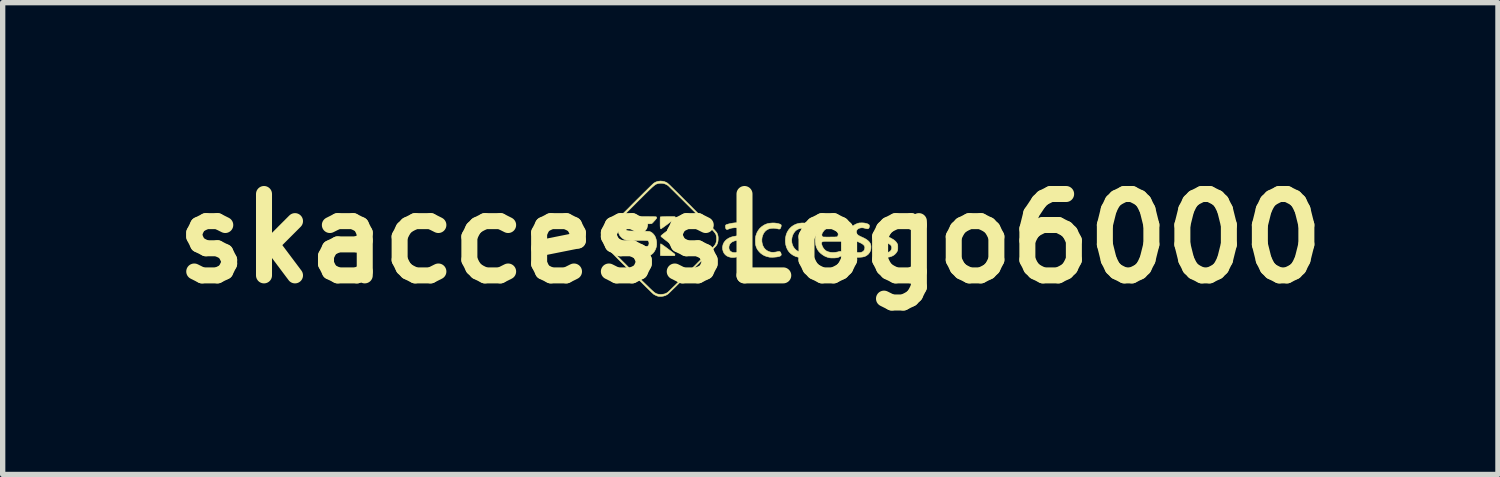
<source format=kicad_pcb>
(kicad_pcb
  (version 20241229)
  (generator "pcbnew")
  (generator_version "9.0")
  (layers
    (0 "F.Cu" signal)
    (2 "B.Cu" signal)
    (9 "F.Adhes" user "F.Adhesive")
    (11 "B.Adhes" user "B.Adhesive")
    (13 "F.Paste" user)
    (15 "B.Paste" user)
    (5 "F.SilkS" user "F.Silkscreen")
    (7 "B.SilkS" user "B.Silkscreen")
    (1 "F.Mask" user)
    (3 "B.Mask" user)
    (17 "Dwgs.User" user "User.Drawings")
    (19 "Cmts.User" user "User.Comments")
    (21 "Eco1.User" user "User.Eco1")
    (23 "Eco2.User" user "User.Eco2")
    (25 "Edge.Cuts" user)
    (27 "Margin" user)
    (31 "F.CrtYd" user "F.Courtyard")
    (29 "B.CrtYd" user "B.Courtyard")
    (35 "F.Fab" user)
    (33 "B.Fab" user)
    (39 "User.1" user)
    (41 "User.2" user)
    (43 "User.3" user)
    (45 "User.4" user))
  (footprint "skaccessLogo6000"
    (layer "F.Cu")
    (at 11.002 1.418)
    (property "Reference" "skaccessLogo6000" (at 0 0 0) (layer "F.SilkS") (effects (font (size 1.524 1.524) (thickness 0.3))))
    (attr through_hole)
    (fp_poly (pts (xy -1.672 0.101) (xy -1.661 0.107) (xy -1.646 0.118) (xy -1.627 0.131) (xy -1.604 0.147) (xy -1.58 0.165) (xy -1.554 0.184) (xy -1.528 0.204) (xy -1.502 0.223) (xy -1.478 0.241) (xy -1.457 0.258) (xy -1.438 0.272) (xy -1.424 0.284) (xy -1.415 0.291) (xy -1.413 0.294) (xy -1.411 0.305) (xy -1.413 0.312) (xy -1.418 0.322) (xy -1.549 0.322) (xy -1.588 0.322) (xy -1.619 0.321) (xy -1.643 0.321) (xy -1.661 0.32) (xy -1.673 0.319) (xy -1.68 0.318) (xy -1.683 0.317) (xy -1.683 0.316) (xy -1.683 0.311) (xy -1.684 0.298) (xy -1.684 0.279) (xy -1.684 0.255) (xy -1.684 0.228) (xy -1.684 0.205) (xy -1.683 0.172) (xy -1.683 0.147) (xy -1.682 0.128) (xy -1.681 0.114) (xy -1.68 0.106) (xy -1.679 0.101) (xy -1.677 0.099) (xy -1.676 0.098) (xy -1.672 0.101)) (stroke (width 0.01) (type solid)) (fill yes) (layer "F.SilkS"))
    (fp_poly (pts (xy -1.456 -0.412) (xy -1.439 -0.412) (xy -1.426 -0.411) (xy -1.418 -0.41) (xy -1.412 -0.409) (xy -1.409 -0.407) (xy -1.407 -0.406) (xy -1.402 -0.396) (xy -1.405 -0.384) (xy -1.417 -0.371) (xy -1.425 -0.364) (xy -1.46 -0.338) (xy -1.494 -0.312) (xy -1.527 -0.288) (xy -1.558 -0.264) (xy -1.587 -0.243) (xy -1.613 -0.224) (xy -1.635 -0.208) (xy -1.653 -0.196) (xy -1.665 -0.187) (xy -1.672 -0.182) (xy -1.672 -0.182) (xy -1.677 -0.185) (xy -1.683 -0.191) (xy -1.685 -0.196) (xy -1.686 -0.202) (xy -1.687 -0.212) (xy -1.688 -0.227) (xy -1.689 -0.247) (xy -1.689 -0.273) (xy -1.689 -0.301) (xy -1.689 -0.335) (xy -1.689 -0.361) (xy -1.688 -0.38) (xy -1.687 -0.394) (xy -1.686 -0.402) (xy -1.684 -0.406) (xy -1.684 -0.406) (xy -1.678 -0.407) (xy -1.663 -0.408) (xy -1.641 -0.409) (xy -1.612 -0.41) (xy -1.574 -0.411) (xy -1.546 -0.411) (xy -1.509 -0.412) (xy -1.479 -0.412) (xy -1.456 -0.412)) (stroke (width 0.01) (type solid)) (fill yes) (layer "F.SilkS"))
    (fp_poly (pts (xy 0.999 -0.291) (xy 1.021 -0.29) (xy 1.045 -0.287) (xy 1.069 -0.284) (xy 1.091 -0.28) (xy 1.11 -0.276) (xy 1.122 -0.273) (xy 1.125 -0.271) (xy 1.134 -0.262) (xy 1.139 -0.248) (xy 1.139 -0.232) (xy 1.135 -0.214) (xy 1.128 -0.199) (xy 1.118 -0.187) (xy 1.112 -0.183) (xy 1.104 -0.18) (xy 1.096 -0.18) (xy 1.083 -0.182) (xy 1.074 -0.184) (xy 1.058 -0.188) (xy 1.037 -0.191) (xy 1.014 -0.193) (xy 1.003 -0.194) (xy 0.96 -0.193) (xy 0.923 -0.187) (xy 0.89 -0.175) (xy 0.861 -0.157) (xy 0.842 -0.14) (xy 0.817 -0.108) (xy 0.797 -0.071) (xy 0.783 -0.031) (xy 0.776 0.012) (xy 0.775 0.034) (xy 0.778 0.078) (xy 0.789 0.118) (xy 0.806 0.155) (xy 0.829 0.187) (xy 0.857 0.215) (xy 0.889 0.236) (xy 0.925 0.251) (xy 0.94 0.254) (xy 0.964 0.257) (xy 0.994 0.257) (xy 1.025 0.255) (xy 1.054 0.25) (xy 1.07 0.246) (xy 1.088 0.241) (xy 1.1 0.239) (xy 1.108 0.239) (xy 1.111 0.241) (xy 1.125 0.251) (xy 1.134 0.269) (xy 1.137 0.289) (xy 1.138 0.304) (xy 1.136 0.315) (xy 1.13 0.323) (xy 1.118 0.33) (xy 1.1 0.336) (xy 1.079 0.342) (xy 1.046 0.348) (xy 1.01 0.352) (xy 0.974 0.354) (xy 0.939 0.354) (xy 0.909 0.351) (xy 0.896 0.349) (xy 0.846 0.334) (xy 0.801 0.312) (xy 0.761 0.284) (xy 0.727 0.251) (xy 0.7 0.212) (xy 0.679 0.168) (xy 0.665 0.12) (xy 0.657 0.067) (xy 0.656 0.038) (xy 0.66 -0.017) (xy 0.671 -0.068) (xy 0.689 -0.115) (xy 0.713 -0.157) (xy 0.744 -0.195) (xy 0.779 -0.227) (xy 0.82 -0.253) (xy 0.865 -0.273) (xy 0.915 -0.286) (xy 0.968 -0.292) (xy 0.981 -0.292) (xy 0.999 -0.291)) (stroke (width 0.01) (type solid)) (fill yes) (layer "F.SilkS"))
    (fp_poly (pts (xy 0.454 -0.291) (xy 0.474 -0.289) (xy 0.495 -0.286) (xy 0.504 -0.284) (xy 0.531 -0.278) (xy 0.551 -0.272) (xy 0.565 -0.266) (xy 0.574 -0.26) (xy 0.578 -0.252) (xy 0.579 -0.246) (xy 0.578 -0.232) (xy 0.574 -0.215) (xy 0.567 -0.198) (xy 0.56 -0.185) (xy 0.56 -0.185) (xy 0.552 -0.18) (xy 0.54 -0.178) (xy 0.524 -0.18) (xy 0.508 -0.184) (xy 0.468 -0.192) (xy 0.427 -0.194) (xy 0.387 -0.191) (xy 0.35 -0.182) (xy 0.328 -0.173) (xy 0.297 -0.154) (xy 0.271 -0.129) (xy 0.249 -0.098) (xy 0.233 -0.062) (xy 0.221 -0.024) (xy 0.216 0.017) (xy 0.217 0.059) (xy 0.224 0.098) (xy 0.237 0.138) (xy 0.256 0.172) (xy 0.279 0.2) (xy 0.309 0.224) (xy 0.311 0.225) (xy 0.347 0.244) (xy 0.387 0.255) (xy 0.429 0.258) (xy 0.474 0.253) (xy 0.49 0.25) (xy 0.508 0.246) (xy 0.525 0.243) (xy 0.537 0.241) (xy 0.539 0.241) (xy 0.554 0.245) (xy 0.566 0.256) (xy 0.574 0.276) (xy 0.576 0.283) (xy 0.579 0.296) (xy 0.579 0.305) (xy 0.576 0.312) (xy 0.573 0.317) (xy 0.562 0.326) (xy 0.543 0.334) (xy 0.518 0.34) (xy 0.486 0.345) (xy 0.451 0.348) (xy 0.432 0.349) (xy 0.409 0.35) (xy 0.386 0.349) (xy 0.368 0.349) (xy 0.355 0.347) (xy 0.354 0.347) (xy 0.305 0.335) (xy 0.262 0.319) (xy 0.223 0.296) (xy 0.187 0.268) (xy 0.178 0.258) (xy 0.149 0.226) (xy 0.127 0.193) (xy 0.111 0.157) (xy 0.103 0.131) (xy 0.098 0.108) (xy 0.096 0.078) (xy 0.095 0.046) (xy 0.095 0.013) (xy 0.098 -0.019) (xy 0.102 -0.046) (xy 0.105 -0.056) (xy 0.123 -0.107) (xy 0.148 -0.152) (xy 0.179 -0.192) (xy 0.216 -0.225) (xy 0.258 -0.253) (xy 0.269 -0.258) (xy 0.297 -0.271) (xy 0.322 -0.279) (xy 0.349 -0.285) (xy 0.379 -0.289) (xy 0.406 -0.291) (xy 0.433 -0.291) (xy 0.454 -0.291)) (stroke (width 0.01) (type solid)) (fill yes) (layer "F.SilkS"))
    (fp_poly (pts (xy -1.058 -0.411) (xy -1.031 -0.41) (xy -1.01 -0.41) (xy -0.995 -0.41) (xy -0.984 -0.409) (xy -0.977 -0.408) (xy -0.972 -0.406) (xy -0.969 -0.404) (xy -0.967 -0.402) (xy -0.962 -0.395) (xy -0.963 -0.389) (xy -0.966 -0.384) (xy -0.971 -0.38) (xy -0.981 -0.371) (xy -0.997 -0.359) (xy -1.017 -0.343) (xy -1.041 -0.324) (xy -1.069 -0.302) (xy -1.099 -0.278) (xy -1.131 -0.253) (xy -1.165 -0.228) (xy -1.199 -0.201) (xy -1.233 -0.175) (xy -1.266 -0.15) (xy -1.298 -0.126) (xy -1.327 -0.104) (xy -1.354 -0.084) (xy -1.377 -0.066) (xy -1.381 -0.064) (xy -1.392 -0.055) (xy -1.399 -0.049) (xy -1.401 -0.046) (xy -1.398 -0.043) (xy -1.388 -0.035) (xy -1.373 -0.023) (xy -1.353 -0.008) (xy -1.328 0.012) (xy -1.299 0.034) (xy -1.267 0.059) (xy -1.232 0.085) (xy -1.195 0.114) (xy -1.155 0.144) (xy -1.115 0.175) (xy -1.074 0.206) (xy -1.032 0.237) (xy -1.027 0.241) (xy -1.008 0.256) (xy -0.991 0.27) (xy -0.977 0.281) (xy -0.968 0.29) (xy -0.965 0.293) (xy -0.963 0.302) (xy -0.967 0.311) (xy -0.974 0.322) (xy -1.087 0.322) (xy -1.124 0.322) (xy -1.153 0.321) (xy -1.175 0.321) (xy -1.192 0.32) (xy -1.203 0.318) (xy -1.209 0.317) (xy -1.211 0.316) (xy -1.217 0.312) (xy -1.228 0.304) (xy -1.245 0.291) (xy -1.267 0.275) (xy -1.292 0.256) (xy -1.321 0.234) (xy -1.352 0.21) (xy -1.385 0.185) (xy -1.419 0.159) (xy -1.453 0.133) (xy -1.487 0.107) (xy -1.52 0.081) (xy -1.552 0.056) (xy -1.581 0.034) (xy -1.607 0.013) (xy -1.63 -0.005) (xy -1.649 -0.02) (xy -1.662 -0.03) (xy -1.67 -0.037) (xy -1.671 -0.038) (xy -1.673 -0.042) (xy -1.674 -0.045) (xy -1.673 -0.05) (xy -1.669 -0.055) (xy -1.662 -0.062) (xy -1.652 -0.071) (xy -1.636 -0.084) (xy -1.616 -0.1) (xy -1.589 -0.12) (xy -1.575 -0.131) (xy -1.551 -0.149) (xy -1.522 -0.171) (xy -1.489 -0.197) (xy -1.454 -0.224) (xy -1.417 -0.252) (xy -1.381 -0.279) (xy -1.349 -0.304) (xy -1.21 -0.411) (xy -1.092 -0.411) (xy -1.058 -0.411)) (stroke (width 0.01) (type solid)) (fill yes) (layer "F.SilkS"))
    (fp_poly (pts (xy 2.113 -0.293) (xy 2.133 -0.291) (xy 2.152 -0.288) (xy 2.172 -0.283) (xy 2.173 -0.282) (xy 2.197 -0.275) (xy 2.213 -0.267) (xy 2.224 -0.258) (xy 2.229 -0.248) (xy 2.231 -0.234) (xy 2.231 -0.233) (xy 2.228 -0.213) (xy 2.221 -0.197) (xy 2.209 -0.186) (xy 2.198 -0.183) (xy 2.188 -0.184) (xy 2.173 -0.186) (xy 2.155 -0.191) (xy 2.149 -0.193) (xy 2.112 -0.201) (xy 2.079 -0.202) (xy 2.048 -0.196) (xy 2.03 -0.189) (xy 2.013 -0.178) (xy 2.001 -0.167) (xy 1.993 -0.15) (xy 1.989 -0.138) (xy 1.987 -0.123) (xy 1.988 -0.111) (xy 1.992 -0.099) (xy 1.999 -0.085) (xy 2.01 -0.072) (xy 2.026 -0.059) (xy 2.048 -0.047) (xy 2.076 -0.033) (xy 2.084 -0.03) (xy 2.129 -0.009) (xy 2.167 0.012) (xy 2.198 0.034) (xy 2.222 0.056) (xy 2.24 0.08) (xy 2.247 0.093) (xy 2.253 0.108) (xy 2.257 0.122) (xy 2.259 0.141) (xy 2.26 0.153) (xy 2.258 0.194) (xy 2.249 0.231) (xy 2.232 0.264) (xy 2.209 0.293) (xy 2.185 0.312) (xy 2.164 0.325) (xy 2.144 0.335) (xy 2.122 0.341) (xy 2.097 0.346) (xy 2.067 0.349) (xy 2.036 0.35) (xy 2.012 0.35) (xy 1.989 0.35) (xy 1.969 0.349) (xy 1.956 0.348) (xy 1.952 0.347) (xy 1.928 0.341) (xy 1.905 0.334) (xy 1.887 0.326) (xy 1.874 0.318) (xy 1.871 0.315) (xy 1.863 0.301) (xy 1.862 0.284) (xy 1.866 0.265) (xy 1.876 0.247) (xy 1.879 0.244) (xy 1.889 0.239) (xy 1.906 0.237) (xy 1.927 0.241) (xy 1.947 0.248) (xy 1.975 0.257) (xy 2.008 0.261) (xy 2.04 0.262) (xy 2.07 0.259) (xy 2.081 0.256) (xy 2.107 0.245) (xy 2.126 0.228) (xy 2.138 0.206) (xy 2.142 0.193) (xy 2.145 0.171) (xy 2.143 0.151) (xy 2.134 0.133) (xy 2.119 0.116) (xy 2.097 0.099) (xy 2.068 0.083) (xy 2.04 0.07) (xy 1.999 0.051) (xy 1.965 0.032) (xy 1.938 0.014) (xy 1.916 -0.005) (xy 1.899 -0.025) (xy 1.886 -0.047) (xy 1.884 -0.051) (xy 1.879 -0.064) (xy 1.875 -0.076) (xy 1.874 -0.09) (xy 1.874 -0.11) (xy 1.874 -0.112) (xy 1.878 -0.152) (xy 1.889 -0.187) (xy 1.907 -0.217) (xy 1.932 -0.243) (xy 1.965 -0.265) (xy 2.005 -0.282) (xy 2.005 -0.282) (xy 2.021 -0.287) (xy 2.036 -0.291) (xy 2.05 -0.293) (xy 2.069 -0.293) (xy 2.087 -0.294) (xy 2.113 -0.293)) (stroke (width 0.01) (type solid)) (fill yes) (layer "F.SilkS"))
    (fp_poly (pts (xy 2.601 -0.295) (xy 2.625 -0.292) (xy 2.651 -0.287) (xy 2.676 -0.282) (xy 2.697 -0.275) (xy 2.713 -0.269) (xy 2.713 -0.269) (xy 2.726 -0.258) (xy 2.732 -0.242) (xy 2.732 -0.223) (xy 2.73 -0.215) (xy 2.724 -0.199) (xy 2.717 -0.188) (xy 2.705 -0.183) (xy 2.69 -0.183) (xy 2.668 -0.188) (xy 2.656 -0.191) (xy 2.622 -0.199) (xy 2.589 -0.201) (xy 2.558 -0.198) (xy 2.535 -0.19) (xy 2.514 -0.178) (xy 2.501 -0.164) (xy 2.494 -0.146) (xy 2.491 -0.123) (xy 2.491 -0.123) (xy 2.492 -0.108) (xy 2.494 -0.096) (xy 2.498 -0.086) (xy 2.505 -0.077) (xy 2.517 -0.068) (xy 2.533 -0.058) (xy 2.556 -0.046) (xy 2.585 -0.032) (xy 2.586 -0.031) (xy 2.625 -0.012) (xy 2.657 0.006) (xy 2.684 0.022) (xy 2.705 0.038) (xy 2.722 0.054) (xy 2.736 0.071) (xy 2.748 0.09) (xy 2.752 0.097) (xy 2.757 0.107) (xy 2.76 0.116) (xy 2.761 0.128) (xy 2.762 0.143) (xy 2.762 0.165) (xy 2.762 0.165) (xy 2.762 0.187) (xy 2.761 0.202) (xy 2.76 0.214) (xy 2.757 0.224) (xy 2.752 0.235) (xy 2.749 0.242) (xy 2.728 0.273) (xy 2.702 0.3) (xy 2.669 0.322) (xy 2.631 0.338) (xy 2.605 0.345) (xy 2.587 0.348) (xy 2.563 0.35) (xy 2.536 0.351) (xy 2.509 0.351) (xy 2.483 0.35) (xy 2.462 0.348) (xy 2.452 0.347) (xy 2.439 0.344) (xy 2.422 0.338) (xy 2.404 0.332) (xy 2.387 0.326) (xy 2.374 0.321) (xy 2.368 0.317) (xy 2.363 0.308) (xy 2.362 0.294) (xy 2.365 0.278) (xy 2.371 0.262) (xy 2.379 0.248) (xy 2.385 0.242) (xy 2.395 0.238) (xy 2.412 0.238) (xy 2.433 0.242) (xy 2.458 0.25) (xy 2.464 0.252) (xy 2.48 0.257) (xy 2.493 0.261) (xy 2.506 0.262) (xy 2.523 0.262) (xy 2.538 0.262) (xy 2.569 0.259) (xy 2.592 0.254) (xy 2.611 0.245) (xy 2.625 0.232) (xy 2.633 0.221) (xy 2.645 0.196) (xy 2.649 0.172) (xy 2.645 0.148) (xy 2.633 0.127) (xy 2.621 0.114) (xy 2.612 0.108) (xy 2.597 0.099) (xy 2.578 0.088) (xy 2.556 0.077) (xy 2.538 0.068) (xy 2.495 0.046) (xy 2.459 0.025) (xy 2.431 0.005) (xy 2.409 -0.015) (xy 2.393 -0.037) (xy 2.383 -0.059) (xy 2.377 -0.084) (xy 2.375 -0.112) (xy 2.376 -0.122) (xy 2.38 -0.156) (xy 2.389 -0.184) (xy 2.405 -0.21) (xy 2.424 -0.232) (xy 2.456 -0.258) (xy 2.492 -0.277) (xy 2.531 -0.289) (xy 2.573 -0.295) (xy 2.601 -0.295)) (stroke (width 0.01) (type solid)) (fill yes) (layer "F.SilkS"))
    (fp_poly (pts (xy 1.553 -0.291) (xy 1.588 -0.284) (xy 1.621 -0.271) (xy 1.651 -0.251) (xy 1.681 -0.224) (xy 1.711 -0.189) (xy 1.734 -0.15) (xy 1.75 -0.107) (xy 1.759 -0.058) (xy 1.762 -0.016) (xy 1.763 0.005) (xy 1.762 0.018) (xy 1.761 0.027) (xy 1.759 0.033) (xy 1.755 0.037) (xy 1.751 0.041) (xy 1.739 0.051) (xy 1.609 0.052) (xy 1.574 0.052) (xy 1.538 0.052) (xy 1.504 0.052) (xy 1.474 0.052) (xy 1.448 0.052) (xy 1.428 0.052) (xy 1.426 0.051) (xy 1.394 0.052) (xy 1.37 0.054) (xy 1.352 0.059) (xy 1.341 0.067) (xy 1.335 0.078) (xy 1.334 0.093) (xy 1.337 0.108) (xy 1.347 0.14) (xy 1.363 0.171) (xy 1.384 0.199) (xy 1.408 0.222) (xy 1.426 0.234) (xy 1.459 0.248) (xy 1.498 0.257) (xy 1.541 0.261) (xy 1.585 0.259) (xy 1.63 0.252) (xy 1.658 0.245) (xy 1.678 0.24) (xy 1.692 0.24) (xy 1.703 0.245) (xy 1.711 0.257) (xy 1.715 0.264) (xy 1.721 0.283) (xy 1.722 0.3) (xy 1.716 0.313) (xy 1.715 0.314) (xy 1.705 0.323) (xy 1.689 0.332) (xy 1.669 0.342) (xy 1.648 0.351) (xy 1.627 0.357) (xy 1.625 0.358) (xy 1.607 0.36) (xy 1.584 0.362) (xy 1.558 0.363) (xy 1.531 0.363) (xy 1.507 0.362) (xy 1.488 0.36) (xy 1.484 0.36) (xy 1.437 0.347) (xy 1.391 0.327) (xy 1.349 0.301) (xy 1.311 0.27) (xy 1.285 0.243) (xy 1.258 0.205) (xy 1.238 0.163) (xy 1.225 0.117) (xy 1.217 0.065) (xy 1.216 0.051) (xy 1.216 0.003) (xy 1.222 -0.041) (xy 1.232 -0.079) (xy 1.34 -0.079) (xy 1.34 -0.059) (xy 1.346 -0.044) (xy 1.357 -0.033) (xy 1.363 -0.031) (xy 1.371 -0.03) (xy 1.385 -0.029) (xy 1.406 -0.029) (xy 1.432 -0.028) (xy 1.461 -0.028) (xy 1.493 -0.028) (xy 1.499 -0.029) (xy 1.535 -0.029) (xy 1.564 -0.029) (xy 1.586 -0.03) (xy 1.602 -0.031) (xy 1.614 -0.031) (xy 1.622 -0.033) (xy 1.627 -0.034) (xy 1.63 -0.036) (xy 1.631 -0.037) (xy 1.638 -0.048) (xy 1.644 -0.064) (xy 1.646 -0.082) (xy 1.645 -0.093) (xy 1.636 -0.118) (xy 1.621 -0.142) (xy 1.601 -0.165) (xy 1.578 -0.184) (xy 1.553 -0.198) (xy 1.55 -0.199) (xy 1.519 -0.207) (xy 1.486 -0.206) (xy 1.453 -0.199) (xy 1.422 -0.185) (xy 1.395 -0.165) (xy 1.377 -0.146) (xy 1.362 -0.125) (xy 1.349 -0.104) (xy 1.341 -0.086) (xy 1.34 -0.079) (xy 1.232 -0.079) (xy 1.233 -0.085) (xy 1.236 -0.092) (xy 1.249 -0.125) (xy 1.264 -0.154) (xy 1.284 -0.181) (xy 1.309 -0.209) (xy 1.31 -0.21) (xy 1.347 -0.242) (xy 1.388 -0.266) (xy 1.432 -0.283) (xy 1.479 -0.292) (xy 1.511 -0.293) (xy 1.553 -0.291)) (stroke (width 0.01) (type solid)) (fill yes) (layer "F.SilkS"))
    (fp_poly (pts (xy -0.24 -0.295) (xy -0.2 -0.289) (xy -0.164 -0.278) (xy -0.152 -0.273) (xy -0.123 -0.254) (xy -0.097 -0.227) (xy -0.075 -0.195) (xy -0.058 -0.157) (xy -0.049 -0.129) (xy -0.044 -0.108) (xy -0.041 -0.079) (xy -0.038 -0.042) (xy -0.036 0.003) (xy -0.035 0.056) (xy -0.034 0.118) (xy -0.034 0.145) (xy -0.034 0.188) (xy -0.033 0.224) (xy -0.032 0.253) (xy -0.031 0.276) (xy -0.03 0.291) (xy -0.029 0.295) (xy -0.026 0.313) (xy -0.03 0.325) (xy -0.04 0.335) (xy -0.053 0.34) (xy -0.077 0.346) (xy -0.097 0.346) (xy -0.113 0.341) (xy -0.114 0.34) (xy -0.121 0.333) (xy -0.128 0.32) (xy -0.133 0.311) (xy -0.141 0.296) (xy -0.148 0.289) (xy -0.151 0.288) (xy -0.158 0.29) (xy -0.169 0.297) (xy -0.18 0.305) (xy -0.217 0.329) (xy -0.258 0.345) (xy -0.301 0.353) (xy -0.345 0.354) (xy -0.365 0.351) (xy -0.406 0.341) (xy -0.441 0.324) (xy -0.469 0.302) (xy -0.492 0.274) (xy -0.508 0.241) (xy -0.518 0.203) (xy -0.52 0.184) (xy -0.519 0.161) (xy -0.401 0.161) (xy -0.399 0.19) (xy -0.39 0.214) (xy -0.375 0.235) (xy -0.353 0.25) (xy -0.327 0.26) (xy -0.297 0.263) (xy -0.272 0.262) (xy -0.254 0.258) (xy -0.236 0.252) (xy -0.23 0.25) (xy -0.203 0.232) (xy -0.181 0.208) (xy -0.165 0.178) (xy -0.154 0.145) (xy -0.151 0.121) (xy -0.149 0.096) (xy -0.149 0.073) (xy -0.151 0.055) (xy -0.153 0.048) (xy -0.157 0.038) (xy -0.164 0.032) (xy -0.175 0.029) (xy -0.191 0.028) (xy -0.214 0.029) (xy -0.221 0.03) (xy -0.268 0.036) (xy -0.308 0.048) (xy -0.341 0.063) (xy -0.367 0.083) (xy -0.386 0.107) (xy -0.397 0.135) (xy -0.401 0.161) (xy -0.519 0.161) (xy -0.518 0.144) (xy -0.509 0.107) (xy -0.492 0.072) (xy -0.468 0.041) (xy -0.438 0.014) (xy -0.402 -0.009) (xy -0.36 -0.027) (xy -0.359 -0.027) (xy -0.343 -0.032) (xy -0.321 -0.037) (xy -0.296 -0.042) (xy -0.27 -0.047) (xy -0.26 -0.049) (xy -0.231 -0.054) (xy -0.209 -0.058) (xy -0.193 -0.061) (xy -0.182 -0.065) (xy -0.173 -0.069) (xy -0.166 -0.074) (xy -0.162 -0.077) (xy -0.155 -0.088) (xy -0.153 -0.101) (xy -0.157 -0.117) (xy -0.162 -0.129) (xy -0.179 -0.158) (xy -0.2 -0.179) (xy -0.226 -0.194) (xy -0.256 -0.202) (xy -0.291 -0.204) (xy -0.322 -0.2) (xy -0.346 -0.197) (xy -0.364 -0.193) (xy -0.379 -0.189) (xy -0.393 -0.184) (xy -0.408 -0.178) (xy -0.409 -0.178) (xy -0.428 -0.171) (xy -0.442 -0.171) (xy -0.452 -0.178) (xy -0.459 -0.188) (xy -0.463 -0.202) (xy -0.465 -0.22) (xy -0.465 -0.237) (xy -0.463 -0.247) (xy -0.459 -0.253) (xy -0.453 -0.258) (xy -0.442 -0.263) (xy -0.426 -0.268) (xy -0.405 -0.274) (xy -0.377 -0.28) (xy -0.342 -0.287) (xy -0.326 -0.29) (xy -0.282 -0.295) (xy -0.24 -0.295)) (stroke (width 0.01) (type solid)) (fill yes) (layer "F.SilkS"))
    (fp_poly (pts (xy -1.935 -0.411) (xy -1.895 -0.411) (xy -1.862 -0.41) (xy -1.834 -0.41) (xy -1.812 -0.41) (xy -1.795 -0.409) (xy -1.782 -0.409) (xy -1.773 -0.408) (xy -1.766 -0.407) (xy -1.762 -0.406) (xy -1.759 -0.405) (xy -1.758 -0.403) (xy -1.757 -0.402) (xy -1.753 -0.392) (xy -1.753 -0.385) (xy -1.757 -0.379) (xy -1.765 -0.368) (xy -1.776 -0.354) (xy -1.79 -0.338) (xy -1.805 -0.322) (xy -1.819 -0.306) (xy -1.832 -0.293) (xy -1.842 -0.284) (xy -1.847 -0.281) (xy -1.851 -0.28) (xy -1.857 -0.279) (xy -1.867 -0.278) (xy -1.881 -0.277) (xy -1.899 -0.276) (xy -1.923 -0.276) (xy -1.953 -0.275) (xy -1.99 -0.275) (xy -2.033 -0.275) (xy -2.071 -0.275) (xy -2.119 -0.275) (xy -2.16 -0.275) (xy -2.193 -0.275) (xy -2.22 -0.275) (xy -2.242 -0.274) (xy -2.259 -0.274) (xy -2.272 -0.273) (xy -2.282 -0.272) (xy -2.289 -0.271) (xy -2.295 -0.27) (xy -2.299 -0.268) (xy -2.302 -0.267) (xy -2.318 -0.256) (xy -2.327 -0.245) (xy -2.332 -0.227) (xy -2.334 -0.205) (xy -2.331 -0.184) (xy -2.326 -0.172) (xy -2.323 -0.165) (xy -2.32 -0.16) (xy -2.316 -0.155) (xy -2.31 -0.151) (xy -2.303 -0.148) (xy -2.292 -0.146) (xy -2.278 -0.144) (xy -2.259 -0.143) (xy -2.235 -0.142) (xy -2.205 -0.141) (xy -2.169 -0.14) (xy -2.125 -0.14) (xy -2.095 -0.139) (xy -2.04 -0.139) (xy -1.993 -0.138) (xy -1.955 -0.137) (xy -1.924 -0.136) (xy -1.902 -0.134) (xy -1.889 -0.133) (xy -1.885 -0.132) (xy -1.852 -0.117) (xy -1.824 -0.094) (xy -1.799 -0.065) (xy -1.779 -0.031) (xy -1.765 0.009) (xy -1.756 0.052) (xy -1.754 0.075) (xy -1.754 0.115) (xy -1.759 0.151) (xy -1.77 0.187) (xy -1.78 0.21) (xy -1.8 0.246) (xy -1.823 0.275) (xy -1.847 0.296) (xy -1.852 0.299) (xy -1.86 0.303) (xy -1.867 0.307) (xy -1.875 0.31) (xy -1.883 0.313) (xy -1.894 0.315) (xy -1.906 0.317) (xy -1.921 0.319) (xy -1.94 0.32) (xy -1.964 0.32) (xy -1.992 0.321) (xy -2.025 0.321) (xy -2.065 0.322) (xy -2.112 0.322) (xy -2.167 0.322) (xy -2.187 0.322) (xy -2.242 0.322) (xy -2.289 0.322) (xy -2.329 0.322) (xy -2.362 0.321) (xy -2.389 0.321) (xy -2.411 0.321) (xy -2.428 0.32) (xy -2.441 0.32) (xy -2.451 0.319) (xy -2.458 0.318) (xy -2.463 0.317) (xy -2.466 0.316) (xy -2.468 0.314) (xy -2.477 0.302) (xy -2.479 0.287) (xy -2.473 0.271) (xy -2.469 0.266) (xy -2.445 0.236) (xy -2.424 0.209) (xy -2.405 0.187) (xy -2.391 0.171) (xy -2.38 0.16) (xy -2.375 0.156) (xy -2.372 0.154) (xy -2.368 0.153) (xy -2.362 0.151) (xy -2.353 0.15) (xy -2.342 0.15) (xy -2.326 0.149) (xy -2.305 0.149) (xy -2.279 0.148) (xy -2.247 0.148) (xy -2.207 0.148) (xy -2.161 0.148) (xy -2.151 0.148) (xy -2.108 0.148) (xy -2.069 0.147) (xy -2.032 0.147) (xy -2 0.147) (xy -1.972 0.146) (xy -1.95 0.146) (xy -1.935 0.145) (xy -1.927 0.145) (xy -1.927 0.144) (xy -1.914 0.137) (xy -1.905 0.124) (xy -1.899 0.107) (xy -1.897 0.088) (xy -1.899 0.07) (xy -1.904 0.054) (xy -1.913 0.042) (xy -1.92 0.038) (xy -1.927 0.037) (xy -1.942 0.036) (xy -1.964 0.035) (xy -1.992 0.035) (xy -2.027 0.034) (xy -2.067 0.034) (xy -2.112 0.034) (xy -2.114 0.034) (xy -2.162 0.034) (xy -2.203 0.034) (xy -2.237 0.033) (xy -2.265 0.032) (xy -2.287 0.031) (xy -2.306 0.03) (xy -2.322 0.028) (xy -2.335 0.025) (xy -2.346 0.022) (xy -2.356 0.017) (xy -2.367 0.012) (xy -2.371 0.011) (xy -2.396 -0.006) (xy -2.42 -0.028) (xy -2.442 -0.054) (xy -2.457 -0.081) (xy -2.471 -0.119) (xy -2.479 -0.161) (xy -2.48 -0.204) (xy -2.474 -0.246) (xy -2.463 -0.285) (xy -2.45 -0.312) (xy -2.435 -0.334) (xy -2.416 -0.356) (xy -2.395 -0.375) (xy -2.376 -0.388) (xy -2.369 -0.392) (xy -2.361 -0.396) (xy -2.354 -0.399) (xy -2.346 -0.402) (xy -2.336 -0.404) (xy -2.323 -0.406) (xy -2.308 -0.407) (xy -2.289 -0.408) (xy -2.266 -0.409) (xy -2.238 -0.41) (xy -2.204 -0.41) (xy -2.164 -0.41) (xy -2.118 -0.411) (xy -2.064 -0.411) (xy -2.037 -0.411) (xy -1.982 -0.411) (xy -1.935 -0.411)) (stroke (width 0.01) (type solid)) (fill yes) (layer "F.SilkS"))
    (fp_poly (pts (xy -1.643 -1.074) (xy -1.601 -1.064) (xy -1.561 -1.045) (xy -1.559 -1.044) (xy -1.554 -1.04) (xy -1.545 -1.033) (xy -1.533 -1.022) (xy -1.518 -1.008) (xy -1.499 -0.99) (xy -1.476 -0.967) (xy -1.448 -0.94) (xy -1.417 -0.909) (xy -1.38 -0.873) (xy -1.339 -0.832) (xy -1.293 -0.786) (xy -1.242 -0.735) (xy -1.185 -0.678) (xy -1.122 -0.616) (xy -1.086 -0.579) (xy -1.025 -0.518) (xy -0.97 -0.463) (xy -0.92 -0.413) (xy -0.875 -0.368) (xy -0.836 -0.328) (xy -0.8 -0.293) (xy -0.769 -0.261) (xy -0.742 -0.234) (xy -0.719 -0.21) (xy -0.699 -0.189) (xy -0.682 -0.172) (xy -0.668 -0.157) (xy -0.657 -0.144) (xy -0.647 -0.134) (xy -0.64 -0.125) (xy -0.634 -0.118) (xy -0.63 -0.113) (xy -0.627 -0.108) (xy -0.624 -0.103) (xy -0.623 -0.101) (xy -0.613 -0.076) (xy -0.606 -0.053) (xy -0.602 -0.027) (xy -0.602 0.002) (xy -0.602 0.016) (xy -0.605 0.049) (xy -0.611 0.077) (xy -0.62 0.102) (xy -0.635 0.128) (xy -0.636 0.13) (xy -0.641 0.136) (xy -0.651 0.147) (xy -0.667 0.164) (xy -0.687 0.185) (xy -0.712 0.211) (xy -0.741 0.24) (xy -0.774 0.273) (xy -0.809 0.31) (xy -0.847 0.348) (xy -0.888 0.389) (xy -0.93 0.432) (xy -0.974 0.476) (xy -1.019 0.521) (xy -1.065 0.567) (xy -1.111 0.613) (xy -1.156 0.659) (xy -1.202 0.704) (xy -1.246 0.748) (xy -1.288 0.79) (xy -1.329 0.831) (xy -1.368 0.869) (xy -1.404 0.905) (xy -1.437 0.937) (xy -1.467 0.966) (xy -1.492 0.991) (xy -1.513 1.011) (xy -1.53 1.027) (xy -1.541 1.037) (xy -1.547 1.042) (xy -1.584 1.064) (xy -1.624 1.077) (xy -1.666 1.083) (xy -1.68 1.083) (xy -1.698 1.083) (xy -1.713 1.082) (xy -1.723 1.081) (xy -1.725 1.081) (xy -1.746 1.074) (xy -1.77 1.064) (xy -1.793 1.052) (xy -1.813 1.04) (xy -1.814 1.039) (xy -1.82 1.034) (xy -1.831 1.023) (xy -1.848 1.008) (xy -1.869 0.987) (xy -1.894 0.962) (xy -1.924 0.933) (xy -1.957 0.901) (xy -1.992 0.866) (xy -2.031 0.827) (xy -2.072 0.787) (xy -2.114 0.745) (xy -2.158 0.701) (xy -2.203 0.656) (xy -2.248 0.611) (xy -2.294 0.565) (xy -2.339 0.52) (xy -2.384 0.475) (xy -2.427 0.432) (xy -2.469 0.39) (xy -2.509 0.35) (xy -2.546 0.312) (xy -2.581 0.277) (xy -2.613 0.244) (xy -2.641 0.216) (xy -2.664 0.192) (xy -2.684 0.171) (xy -2.698 0.156) (xy -2.708 0.146) (xy -2.711 0.142) (xy -2.732 0.109) (xy -2.747 0.07) (xy -2.753 0.048) (xy -2.758 0.023) (xy -2.759 0.006) (xy -2.718 0.006) (xy -2.715 0.042) (xy -2.707 0.075) (xy -2.693 0.107) (xy -2.672 0.139) (xy -2.663 0.15) (xy -2.657 0.157) (xy -2.646 0.169) (xy -2.629 0.186) (xy -2.607 0.208) (xy -2.581 0.235) (xy -2.551 0.266) (xy -2.516 0.3) (xy -2.479 0.338) (xy -2.438 0.379) (xy -2.395 0.423) (xy -2.349 0.468) (xy -2.302 0.516) (xy -2.253 0.565) (xy -2.224 0.593) (xy -2.165 0.652) (xy -2.112 0.705) (xy -2.064 0.753) (xy -2.021 0.796) (xy -1.982 0.834) (xy -1.948 0.867) (xy -1.918 0.896) (xy -1.892 0.922) (xy -1.869 0.944) (xy -1.85 0.962) (xy -1.833 0.978) (xy -1.818 0.991) (xy -1.806 1.002) (xy -1.795 1.01) (xy -1.785 1.017) (xy -1.777 1.022) (xy -1.77 1.027) (xy -1.763 1.03) (xy -1.756 1.033) (xy -1.749 1.035) (xy -1.741 1.038) (xy -1.74 1.038) (xy -1.718 1.043) (xy -1.691 1.045) (xy -1.662 1.045) (xy -1.633 1.042) (xy -1.607 1.037) (xy -1.595 1.033) (xy -1.577 1.025) (xy -1.558 1.015) (xy -1.547 1.008) (xy -1.541 1.003) (xy -1.53 0.992) (xy -1.513 0.977) (xy -1.491 0.956) (xy -1.466 0.931) (xy -1.436 0.902) (xy -1.403 0.87) (xy -1.367 0.834) (xy -1.329 0.796) (xy -1.288 0.756) (xy -1.246 0.714) (xy -1.202 0.671) (xy -1.158 0.626) (xy -1.113 0.581) (xy -1.068 0.536) (xy -1.023 0.492) (xy -0.98 0.448) (xy -0.937 0.405) (xy -0.896 0.364) (xy -0.858 0.325) (xy -0.821 0.289) (xy -0.788 0.255) (xy -0.758 0.224) (xy -0.732 0.198) (xy -0.711 0.175) (xy -0.693 0.157) (xy -0.681 0.144) (xy -0.675 0.137) (xy -0.674 0.135) (xy -0.666 0.123) (xy -0.659 0.114) (xy -0.656 0.11) (xy -0.653 0.105) (xy -0.648 0.095) (xy -0.644 0.083) (xy -0.635 0.052) (xy -0.632 0.017) (xy -0.632 -0.018) (xy -0.637 -0.048) (xy -0.639 -0.056) (xy -0.64 -0.063) (xy -0.642 -0.07) (xy -0.645 -0.078) (xy -0.649 -0.085) (xy -0.654 -0.094) (xy -0.66 -0.103) (xy -0.668 -0.114) (xy -0.678 -0.126) (xy -0.691 -0.141) (xy -0.706 -0.157) (xy -0.724 -0.177) (xy -0.745 -0.199) (xy -0.769 -0.224) (xy -0.798 -0.253) (xy -0.83 -0.286) (xy -0.867 -0.324) (xy -0.909 -0.365) (xy -0.955 -0.412) (xy -1.007 -0.463) (xy -1.064 -0.52) (xy -1.106 -0.562) (xy -1.156 -0.612) (xy -1.205 -0.661) (xy -1.251 -0.707) (xy -1.296 -0.752) (xy -1.338 -0.793) (xy -1.377 -0.832) (xy -1.412 -0.867) (xy -1.444 -0.899) (xy -1.473 -0.927) (xy -1.496 -0.95) (xy -1.515 -0.969) (xy -1.529 -0.983) (xy -1.538 -0.991) (xy -1.541 -0.994) (xy -1.56 -1.006) (xy -1.584 -1.018) (xy -1.611 -1.028) (xy -1.622 -1.031) (xy -1.649 -1.035) (xy -1.68 -1.036) (xy -1.712 -1.034) (xy -1.74 -1.027) (xy -1.744 -1.026) (xy -1.751 -1.024) (xy -1.758 -1.021) (xy -1.765 -1.018) (xy -1.772 -1.014) (xy -1.78 -1.01) (xy -1.788 -1.003) (xy -1.798 -0.996) (xy -1.81 -0.986) (xy -1.824 -0.974) (xy -1.84 -0.96) (xy -1.858 -0.943) (xy -1.879 -0.923) (xy -1.904 -0.899) (xy -1.931 -0.872) (xy -1.963 -0.841) (xy -1.999 -0.805) (xy -2.039 -0.765) (xy -2.085 -0.72) (xy -2.135 -0.67) (xy -2.19 -0.614) (xy -2.239 -0.565) (xy -2.289 -0.515) (xy -2.338 -0.467) (xy -2.384 -0.42) (xy -2.429 -0.376) (xy -2.47 -0.334) (xy -2.509 -0.296) (xy -2.544 -0.26) (xy -2.576 -0.228) (xy -2.604 -0.2) (xy -2.627 -0.176) (xy -2.646 -0.157) (xy -2.659 -0.144) (xy -2.668 -0.135) (xy -2.67 -0.132) (xy -2.677 -0.123) (xy -2.682 -0.117) (xy -2.692 -0.103) (xy -2.701 -0.082) (xy -2.709 -0.057) (xy -2.714 -0.031) (xy -2.717 -0.005) (xy -2.718 0.006) (xy -2.759 0.006) (xy -2.76 0.002) (xy -2.758 -0.019) (xy -2.753 -0.043) (xy -2.752 -0.048) (xy -2.75 -0.057) (xy -2.748 -0.065) (xy -2.746 -0.072) (xy -2.743 -0.08) (xy -2.74 -0.087) (xy -2.736 -0.095) (xy -2.731 -0.103) (xy -2.724 -0.113) (xy -2.716 -0.124) (xy -2.705 -0.137) (xy -2.693 -0.151) (xy -2.677 -0.168) (xy -2.659 -0.188) (xy -2.637 -0.211) (xy -2.612 -0.237) (xy -2.583 -0.266) (xy -2.55 -0.3) (xy -2.513 -0.337) (xy -2.471 -0.379) (xy -2.424 -0.427) (xy -2.372 -0.479) (xy -2.314 -0.536) (xy -2.271 -0.579) (xy -2.22 -0.631) (xy -2.17 -0.681) (xy -2.122 -0.729) (xy -2.075 -0.775) (xy -2.032 -0.818) (xy -1.991 -0.859) (xy -1.953 -0.896) (xy -1.919 -0.93) (xy -1.888 -0.96) (xy -1.862 -0.986) (xy -1.84 -1.007) (xy -1.823 -1.023) (xy -1.811 -1.034) (xy -1.805 -1.039) (xy -1.805 -1.039) (xy -1.767 -1.06) (xy -1.727 -1.072) (xy -1.685 -1.077) (xy -1.643 -1.074)) (stroke (width 0.01) (type solid)) (fill yes) (layer "F.SilkS")))
  (gr_rect
    (start -3 -3)
    (end 25.004 5.836)
    (stroke (width 0.1) (type default))
    (fill no)
    (layer "Edge.Cuts")))
</source>
